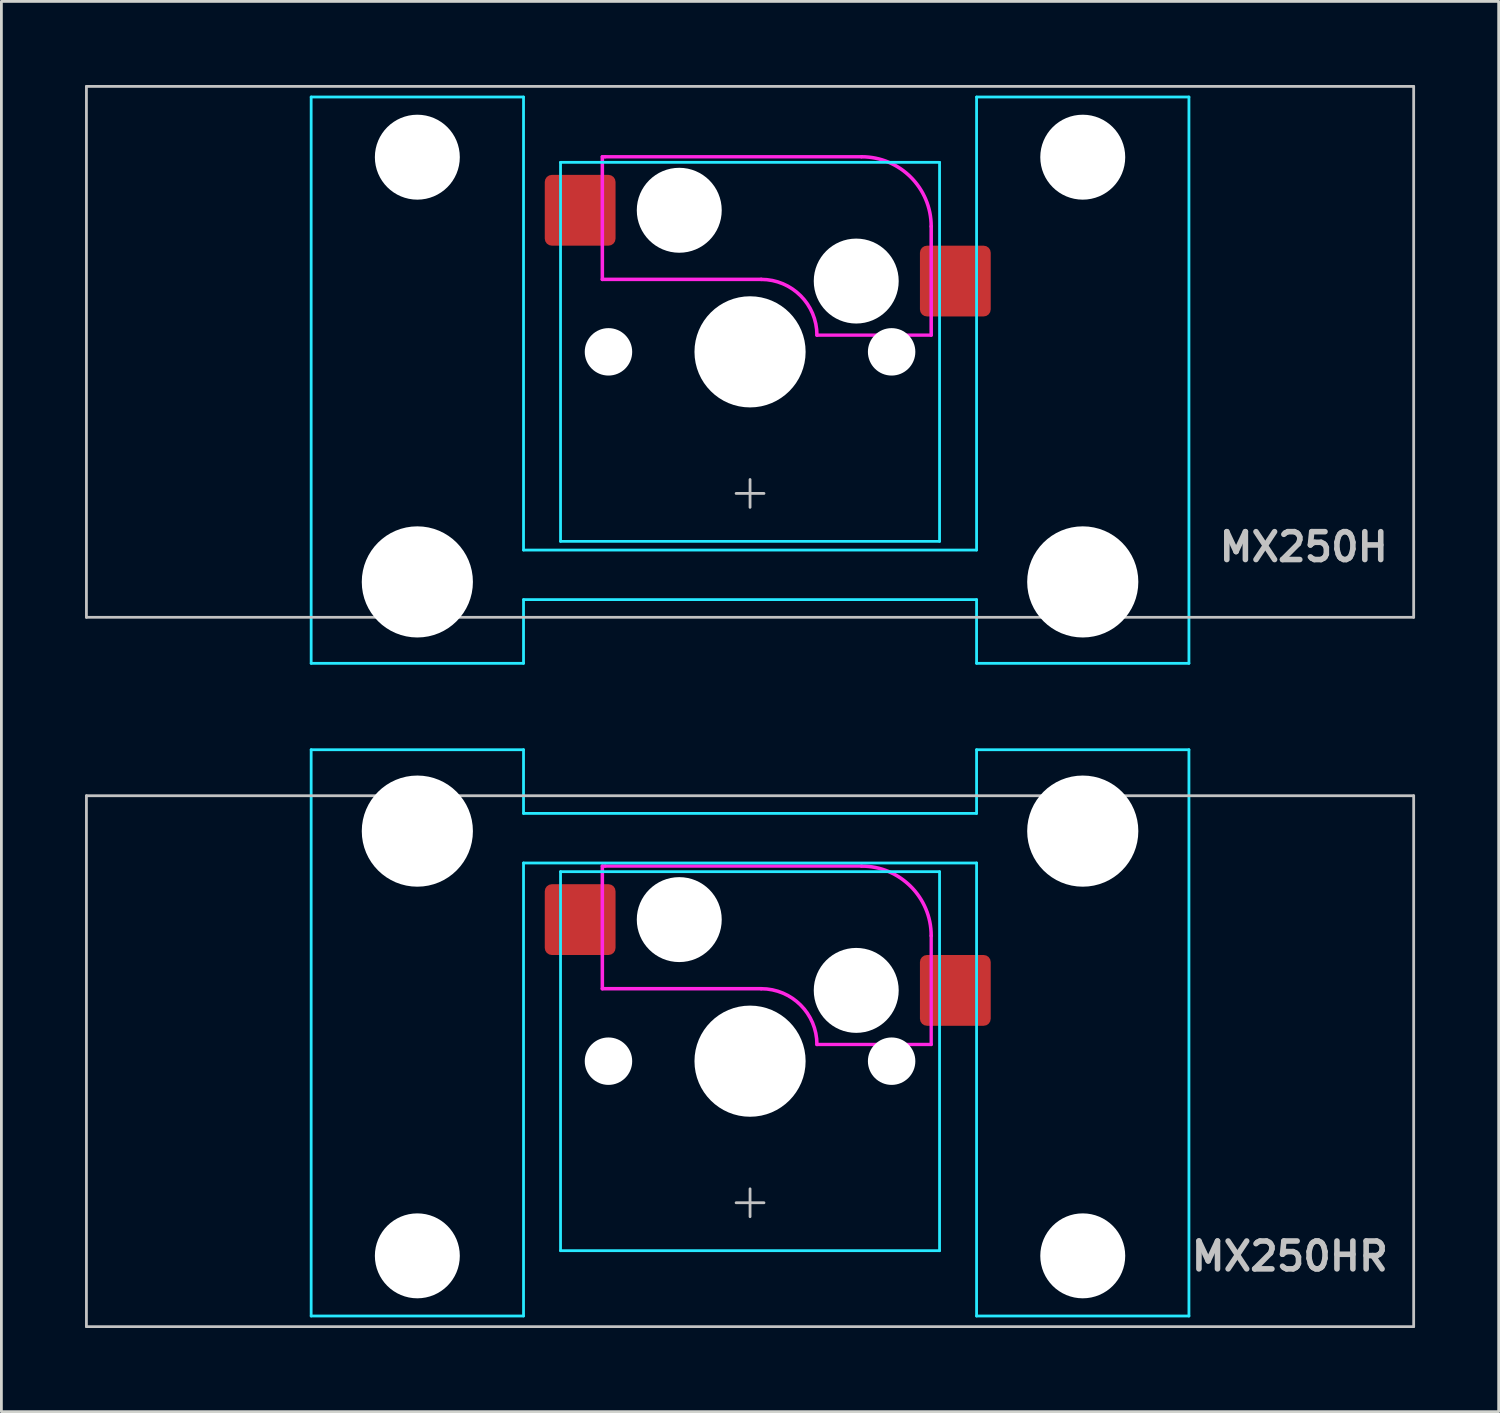
<source format=kicad_pcb>
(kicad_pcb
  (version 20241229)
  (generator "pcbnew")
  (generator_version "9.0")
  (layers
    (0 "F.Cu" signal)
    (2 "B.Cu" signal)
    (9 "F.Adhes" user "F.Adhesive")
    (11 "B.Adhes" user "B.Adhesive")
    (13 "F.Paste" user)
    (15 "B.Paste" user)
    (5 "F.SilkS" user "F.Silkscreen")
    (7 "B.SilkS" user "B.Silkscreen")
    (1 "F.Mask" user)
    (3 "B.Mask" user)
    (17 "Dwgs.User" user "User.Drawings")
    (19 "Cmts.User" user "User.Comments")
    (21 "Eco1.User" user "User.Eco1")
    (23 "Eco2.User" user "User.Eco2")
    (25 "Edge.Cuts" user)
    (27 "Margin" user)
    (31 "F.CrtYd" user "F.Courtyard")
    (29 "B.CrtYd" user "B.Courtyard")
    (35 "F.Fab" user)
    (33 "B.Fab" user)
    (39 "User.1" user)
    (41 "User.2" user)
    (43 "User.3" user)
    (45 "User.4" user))
  (footprint "MX250H"
    (layer "F.Cu")
    (at 23.863 9.575)
    (property "Reference" "MX250H" (at 23 7 0) (layer "Dwgs.User") (effects (font (size 1 1) (thickness 0.2)) (justify right)))
    (attr smd)
    (fp_line (start -23.812 -9.525) (end -23.812 9.525) (stroke (width 0.1) (type solid)) (layer "Dwgs.User"))
    (fp_line (start -23.812 -9.525) (end 23.812 -9.525) (stroke (width 0.1) (type solid)) (layer "Dwgs.User"))
    (fp_line (start -23.812 9.525) (end 23.812 9.525) (stroke (width 0.1) (type solid)) (layer "Dwgs.User"))
    (fp_line (start -0.5 5.08) (end 0.5 5.08) (stroke (width 0.1) (type solid)) (layer "Dwgs.User"))
    (fp_line (start 0 4.58) (end 0 5.58) (stroke (width 0.1) (type solid)) (layer "Dwgs.User"))
    (fp_line (start 23.812 -9.525) (end 23.812 9.525) (stroke (width 0.1) (type solid)) (layer "Dwgs.User"))
    (fp_line (start -15.438 -5.485) (end -15.438 8.515) (stroke (width 0.1) (type solid)) (layer "Eco1.User"))
    (fp_line (start -14.938 -5.985) (end -8.938 -5.985) (stroke (width 0.1) (type solid)) (layer "Eco1.User"))
    (fp_line (start -8.938 9.015) (end -14.938 9.015) (stroke (width 0.1) (type solid)) (layer "Eco1.User"))
    (fp_line (start -8.438 8.515) (end -8.438 -5.485) (stroke (width 0.1) (type solid)) (layer "Eco1.User"))
    (fp_line (start -7 -6.5) (end -7 6.5) (stroke (width 0.1) (type solid)) (layer "Eco1.User"))
    (fp_line (start -6.5 7) (end 6.5 7) (stroke (width 0.1) (type solid)) (layer "Eco1.User"))
    (fp_line (start 6.5 -7) (end -6.5 -7) (stroke (width 0.1) (type solid)) (layer "Eco1.User"))
    (fp_line (start 7 6.5) (end 7 -6.5) (stroke (width 0.1) (type solid)) (layer "Eco1.User"))
    (fp_line (start 8.438 -5.485) (end 8.438 8.515) (stroke (width 0.1) (type solid)) (layer "Eco1.User"))
    (fp_line (start 8.938 -5.985) (end 14.938 -5.985) (stroke (width 0.1) (type solid)) (layer "Eco1.User"))
    (fp_line (start 14.938 9.015) (end 8.938 9.015) (stroke (width 0.1) (type solid)) (layer "Eco1.User"))
    (fp_line (start 15.438 8.515) (end 15.438 -5.485) (stroke (width 0.1) (type solid)) (layer "Eco1.User"))
    (fp_arc (start -15.438 -5.485) (mid -15.291553 -5.838553) (end -14.938 -5.985) (stroke (width 0.1) (type solid)) (layer "Eco1.User"))
    (fp_arc (start -14.938 9.015) (mid -15.291553 8.868553) (end -15.438 8.515) (stroke (width 0.1) (type solid)) (layer "Eco1.User"))
    (fp_arc (start -8.938 -5.985) (mid -8.584447 -5.838553) (end -8.438 -5.485) (stroke (width 0.1) (type solid)) (layer "Eco1.User"))
    (fp_arc (start -8.438 8.515) (mid -8.584447 8.868553) (end -8.938 9.015) (stroke (width 0.1) (type solid)) (layer "Eco1.User"))
    (fp_arc (start -7 -6.5) (mid -6.853553 -6.853553) (end -6.5 -7) (stroke (width 0.1) (type solid)) (layer "Eco1.User"))
    (fp_arc (start -6.5 7) (mid -6.853553 6.853553) (end -7 6.5) (stroke (width 0.1) (type solid)) (layer "Eco1.User"))
    (fp_arc (start 6.5 -7) (mid 6.853553 -6.853553) (end 7 -6.5) (stroke (width 0.1) (type solid)) (layer "Eco1.User"))
    (fp_arc (start 7 6.5) (mid 6.853553 6.853553) (end 6.5 7) (stroke (width 0.1) (type solid)) (layer "Eco1.User"))
    (fp_arc (start 8.438 -5.485) (mid 8.584447 -5.838553) (end 8.938 -5.985) (stroke (width 0.1) (type solid)) (layer "Eco1.User"))
    (fp_arc (start 8.938 9.015) (mid 8.584447 8.868553) (end 8.438 8.515) (stroke (width 0.1) (type solid)) (layer "Eco1.User"))
    (fp_arc (start 14.938 -5.985) (mid 15.291553 -5.838553) (end 15.438 -5.485) (stroke (width 0.1) (type solid)) (layer "Eco1.User"))
    (fp_arc (start 15.438 8.515) (mid 15.291553 8.868553) (end 14.938 9.015) (stroke (width 0.1) (type solid)) (layer "Eco1.User"))
    (fp_line (start -15.748 -9.144) (end -15.748 11.176) (stroke (width 0.1) (type solid)) (layer "B.CrtYd"))
    (fp_line (start -15.748 11.176) (end -8.128 11.176) (stroke (width 0.1) (type solid)) (layer "B.CrtYd"))
    (fp_line (start -8.128 -9.144) (end -15.748 -9.144) (stroke (width 0.1) (type solid)) (layer "B.CrtYd"))
    (fp_line (start -8.128 7.112) (end -8.128 -9.144) (stroke (width 0.1) (type solid)) (layer "B.CrtYd"))
    (fp_line (start -8.128 7.112) (end 8.128 7.112) (stroke (width 0.1) (type solid)) (layer "B.CrtYd"))
    (fp_line (start -8.128 8.89) (end -8.128 11.176) (stroke (width 0.1) (type solid)) (layer "B.CrtYd"))
    (fp_line (start -8.128 8.89) (end 8.128 8.89) (stroke (width 0.1) (type solid)) (layer "B.CrtYd"))
    (fp_line (start -6.8 -6.8) (end -6.8 6.8) (stroke (width 0.1) (type solid)) (layer "B.CrtYd"))
    (fp_line (start 6.8 -6.8) (end -6.8 -6.8) (stroke (width 0.1) (type solid)) (layer "B.CrtYd"))
    (fp_line (start 6.8 -6.8) (end 6.8 6.8) (stroke (width 0.1) (type solid)) (layer "B.CrtYd"))
    (fp_line (start 6.8 6.8) (end -6.8 6.8) (stroke (width 0.1) (type solid)) (layer "B.CrtYd"))
    (fp_line (start 8.128 -9.144) (end 15.748 -9.144) (stroke (width 0.1) (type solid)) (layer "B.CrtYd"))
    (fp_line (start 8.128 7.112) (end 8.128 -9.142) (stroke (width 0.1) (type solid)) (layer "B.CrtYd"))
    (fp_line (start 8.128 8.89) (end 8.128 11.176) (stroke (width 0.1) (type solid)) (layer "B.CrtYd"))
    (fp_line (start 15.748 11.176) (end 8.128 11.176) (stroke (width 0.1) (type solid)) (layer "B.CrtYd"))
    (fp_line (start 15.748 11.176) (end 15.748 -9.144) (stroke (width 0.1) (type solid)) (layer "B.CrtYd"))
    (fp_line (start -5.3 -7) (end -5.3 -2.6) (stroke (width 0.127) (type solid)) (layer "F.CrtYd"))
    (fp_line (start -5.2 -7) (end -5.3 -7) (stroke (width 0.12) (type solid)) (layer "F.CrtYd"))
    (fp_line (start 0.4 -2.6) (end -5.3 -2.6) (stroke (width 0.127) (type solid)) (layer "F.CrtYd"))
    (fp_line (start 4 -7) (end -5.2 -7) (stroke (width 0.12) (type solid)) (layer "F.CrtYd"))
    (fp_line (start 6.5 -4.5) (end 6.5 -0.6) (stroke (width 0.127) (type solid)) (layer "F.CrtYd"))
    (fp_line (start 6.5 -0.6) (end 2.4 -0.6) (stroke (width 0.12) (type solid)) (layer "F.CrtYd"))
    (fp_arc (start 0.4 -2.6) (mid 1.814214 -2.014214) (end 2.4 -0.6) (stroke (width 0.127) (type solid)) (layer "F.CrtYd"))
    (fp_arc (start 4 -7) (mid 5.767767 -6.267767) (end 6.5 -4.5) (stroke (width 0.127) (type solid)) (layer "F.CrtYd"))
    (pad "" np_thru_hole circle (at -11.938 -6.985) (size 3.048 3.048) (drill 3.048) (layers "*.Cu" "*.Mask"))
    (pad "" np_thru_hole circle (at -11.938 8.255) (size 3.988 3.988) (drill 3.988) (layers "*.Cu" "*.Mask"))
    (pad "" np_thru_hole circle (at -5.08 0) (size 1.702 1.702) (drill 1.702) (layers "*.Cu" "*.Mask"))
    (pad "" np_thru_hole circle (at -2.54 -5.08) (size 3.048 3.048) (drill 3.048) (layers "*.Cu" "*.Mask"))
    (pad "" np_thru_hole circle (at 0 0) (size 3.988 3.988) (drill 3.988) (layers "*.Cu" "*.Mask"))
    (pad "" np_thru_hole circle (at 3.81 -2.54) (size 3.048 3.048) (drill 3.048) (layers "*.Cu" "*.Mask"))
    (pad "" np_thru_hole circle (at 5.08 0) (size 1.702 1.702) (drill 1.702) (layers "*.Cu" "*.Mask"))
    (pad "" np_thru_hole circle (at 11.938 -6.985) (size 3.048 3.048) (drill 3.048) (layers "*.Cu" "*.Mask"))
    (pad "" np_thru_hole circle (at 11.938 8.255) (size 3.988 3.988) (drill 3.988) (layers "*.Cu" "*.Mask"))
    (pad "1" smd roundrect (at -6.096 -5.08) (size 2.54 2.54) (layers "F.Cu" "F.Mask") (roundrect_rratio 0.1))
    (pad "2" smd roundrect (at 7.366 -2.54) (size 2.54 2.54) (layers "F.Cu" "F.Mask") (roundrect_rratio 0.1)))
  (footprint "MX250HR"
    (layer "F.Cu")
    (at 23.863 35.027)
    (property "Reference" "MX250HR" (at 23 7 0) (layer "Dwgs.User") (effects (font (size 1 1) (thickness 0.2)) (justify right)))
    (attr smd)
    (fp_line (start -23.812 -9.525) (end -23.812 9.525) (stroke (width 0.1) (type solid)) (layer "Dwgs.User"))
    (fp_line (start -23.812 -9.525) (end 23.812 -9.525) (stroke (width 0.1) (type solid)) (layer "Dwgs.User"))
    (fp_line (start -23.812 9.525) (end 23.812 9.525) (stroke (width 0.1) (type solid)) (layer "Dwgs.User"))
    (fp_line (start -0.5 5.08) (end 0.5 5.08) (stroke (width 0.1) (type solid)) (layer "Dwgs.User"))
    (fp_line (start 0 4.58) (end 0 5.58) (stroke (width 0.1) (type solid)) (layer "Dwgs.User"))
    (fp_line (start 23.812 -9.525) (end 23.812 9.525) (stroke (width 0.1) (type solid)) (layer "Dwgs.User"))
    (fp_line (start -15.438 -8.515) (end -15.438 5.485) (stroke (width 0.1) (type solid)) (layer "Eco1.User"))
    (fp_line (start -14.938 -9.015) (end -8.938 -9.015) (stroke (width 0.1) (type solid)) (layer "Eco1.User"))
    (fp_line (start -8.938 5.985) (end -14.938 5.985) (stroke (width 0.1) (type solid)) (layer "Eco1.User"))
    (fp_line (start -8.438 5.485) (end -8.438 -8.515) (stroke (width 0.1) (type solid)) (layer "Eco1.User"))
    (fp_line (start -7 -6.5) (end -7 6.5) (stroke (width 0.1) (type solid)) (layer "Eco1.User"))
    (fp_line (start -6.5 7) (end 6.5 7) (stroke (width 0.1) (type solid)) (layer "Eco1.User"))
    (fp_line (start 6.5 -7) (end -6.5 -7) (stroke (width 0.1) (type solid)) (layer "Eco1.User"))
    (fp_line (start 7 6.5) (end 7 -6.5) (stroke (width 0.1) (type solid)) (layer "Eco1.User"))
    (fp_line (start 8.438 -8.515) (end 8.438 5.485) (stroke (width 0.1) (type solid)) (layer "Eco1.User"))
    (fp_line (start 8.938 -9.015) (end 14.938 -9.015) (stroke (width 0.1) (type solid)) (layer "Eco1.User"))
    (fp_line (start 14.938 5.985) (end 8.938 5.985) (stroke (width 0.1) (type solid)) (layer "Eco1.User"))
    (fp_line (start 15.438 5.485) (end 15.438 -8.515) (stroke (width 0.1) (type solid)) (layer "Eco1.User"))
    (fp_arc (start -15.438 -8.515) (mid -15.291553 -8.868553) (end -14.938 -9.015) (stroke (width 0.1) (type solid)) (layer "Eco1.User"))
    (fp_arc (start -14.938 5.985) (mid -15.291553 5.838553) (end -15.438 5.485) (stroke (width 0.1) (type solid)) (layer "Eco1.User"))
    (fp_arc (start -8.938 -9.015) (mid -8.584447 -8.868553) (end -8.438 -8.515) (stroke (width 0.1) (type solid)) (layer "Eco1.User"))
    (fp_arc (start -8.438 5.485) (mid -8.584447 5.838553) (end -8.938 5.985) (stroke (width 0.1) (type solid)) (layer "Eco1.User"))
    (fp_arc (start -7 -6.5) (mid -6.853553 -6.853553) (end -6.5 -7) (stroke (width 0.1) (type solid)) (layer "Eco1.User"))
    (fp_arc (start -6.5 7) (mid -6.853553 6.853553) (end -7 6.5) (stroke (width 0.1) (type solid)) (layer "Eco1.User"))
    (fp_arc (start 6.5 -7) (mid 6.853553 -6.853553) (end 7 -6.5) (stroke (width 0.1) (type solid)) (layer "Eco1.User"))
    (fp_arc (start 7 6.5) (mid 6.853553 6.853553) (end 6.5 7) (stroke (width 0.1) (type solid)) (layer "Eco1.User"))
    (fp_arc (start 8.438 -8.515) (mid 8.584447 -8.868553) (end 8.938 -9.015) (stroke (width 0.1) (type solid)) (layer "Eco1.User"))
    (fp_arc (start 8.938 5.985) (mid 8.584447 5.838553) (end 8.438 5.485) (stroke (width 0.1) (type solid)) (layer "Eco1.User"))
    (fp_arc (start 14.938 -9.015) (mid 15.291553 -8.868553) (end 15.438 -8.515) (stroke (width 0.1) (type solid)) (layer "Eco1.User"))
    (fp_arc (start 15.438 5.485) (mid 15.291553 5.838553) (end 14.938 5.985) (stroke (width 0.1) (type solid)) (layer "Eco1.User"))
    (fp_line (start -15.748 -11.176) (end -8.128 -11.176) (stroke (width 0.1) (type solid)) (layer "B.CrtYd"))
    (fp_line (start -15.748 9.144) (end -15.748 -11.176) (stroke (width 0.1) (type solid)) (layer "B.CrtYd"))
    (fp_line (start -8.128 -8.89) (end -8.128 -11.176) (stroke (width 0.1) (type solid)) (layer "B.CrtYd"))
    (fp_line (start -8.128 -7.112) (end -8.128 9.142) (stroke (width 0.1) (type solid)) (layer "B.CrtYd"))
    (fp_line (start -8.128 9.144) (end -15.748 9.144) (stroke (width 0.1) (type solid)) (layer "B.CrtYd"))
    (fp_line (start -6.8 -6.8) (end -6.8 6.8) (stroke (width 0.1) (type solid)) (layer "B.CrtYd"))
    (fp_line (start 6.8 -6.8) (end -6.8 -6.8) (stroke (width 0.1) (type solid)) (layer "B.CrtYd"))
    (fp_line (start 6.8 -6.8) (end 6.8 6.8) (stroke (width 0.1) (type solid)) (layer "B.CrtYd"))
    (fp_line (start 6.8 6.8) (end -6.8 6.8) (stroke (width 0.1) (type solid)) (layer "B.CrtYd"))
    (fp_line (start 8.128 -8.89) (end -8.128 -8.89) (stroke (width 0.1) (type solid)) (layer "B.CrtYd"))
    (fp_line (start 8.128 -8.89) (end 8.128 -11.176) (stroke (width 0.1) (type solid)) (layer "B.CrtYd"))
    (fp_line (start 8.128 -7.112) (end -8.128 -7.112) (stroke (width 0.1) (type solid)) (layer "B.CrtYd"))
    (fp_line (start 8.128 -7.112) (end 8.128 9.144) (stroke (width 0.1) (type solid)) (layer "B.CrtYd"))
    (fp_line (start 8.128 9.144) (end 15.748 9.144) (stroke (width 0.1) (type solid)) (layer "B.CrtYd"))
    (fp_line (start 15.748 -11.176) (end 8.128 -11.176) (stroke (width 0.1) (type solid)) (layer "B.CrtYd"))
    (fp_line (start 15.748 9.144) (end 15.748 -11.176) (stroke (width 0.1) (type solid)) (layer "B.CrtYd"))
    (fp_line (start -5.3 -7) (end -5.3 -2.6) (stroke (width 0.127) (type solid)) (layer "F.CrtYd"))
    (fp_line (start -5.2 -7) (end -5.3 -7) (stroke (width 0.12) (type solid)) (layer "F.CrtYd"))
    (fp_line (start 0.4 -2.6) (end -5.3 -2.6) (stroke (width 0.127) (type solid)) (layer "F.CrtYd"))
    (fp_line (start 4 -7) (end -5.2 -7) (stroke (width 0.12) (type solid)) (layer "F.CrtYd"))
    (fp_line (start 6.5 -4.5) (end 6.5 -0.6) (stroke (width 0.12) (type solid)) (layer "F.CrtYd"))
    (fp_line (start 6.5 -0.6) (end 2.4 -0.6) (stroke (width 0.12) (type solid)) (layer "F.CrtYd"))
    (fp_arc (start 0.4 -2.6) (mid 1.814214 -2.014214) (end 2.4 -0.6) (stroke (width 0.127) (type solid)) (layer "F.CrtYd"))
    (fp_arc (start 4 -7) (mid 5.767767 -6.267767) (end 6.5 -4.5) (stroke (width 0.127) (type solid)) (layer "F.CrtYd"))
    (pad "" np_thru_hole circle (at -11.938 -8.255 180) (size 3.988 3.988) (drill 3.988) (layers "*.Cu" "*.Mask"))
    (pad "" np_thru_hole circle (at -11.938 6.985 180) (size 3.048 3.048) (drill 3.048) (layers "*.Cu" "*.Mask"))
    (pad "" np_thru_hole circle (at -5.08 0) (size 1.702 1.702) (drill 1.702) (layers "*.Cu" "*.Mask"))
    (pad "" np_thru_hole circle (at -2.54 -5.08) (size 3.048 3.048) (drill 3.048) (layers "*.Cu" "*.Mask"))
    (pad "" np_thru_hole circle (at 0 0) (size 3.988 3.988) (drill 3.988) (layers "*.Cu" "*.Mask"))
    (pad "" np_thru_hole circle (at 3.81 -2.54) (size 3.048 3.048) (drill 3.048) (layers "*.Cu" "*.Mask"))
    (pad "" np_thru_hole circle (at 5.08 0) (size 1.702 1.702) (drill 1.702) (layers "*.Cu" "*.Mask"))
    (pad "" np_thru_hole circle (at 11.938 -8.255 180) (size 3.988 3.988) (drill 3.988) (layers "*.Cu" "*.Mask"))
    (pad "" np_thru_hole circle (at 11.938 6.985 180) (size 3.048 3.048) (drill 3.048) (layers "*.Cu" "*.Mask"))
    (pad "1" smd roundrect (at -6.096 -5.08) (size 2.54 2.54) (layers "F.Cu" "F.Mask") (roundrect_rratio 0.1))
    (pad "2" smd roundrect (at 7.366 -2.54) (size 2.54 2.54) (layers "F.Cu" "F.Mask") (roundrect_rratio 0.1)))
  (gr_rect
    (start -3 -3)
    (end 50.725 47.602)
    (stroke (width 0.1) (type default))
    (fill no)
    (layer "Edge.Cuts")))
</source>
